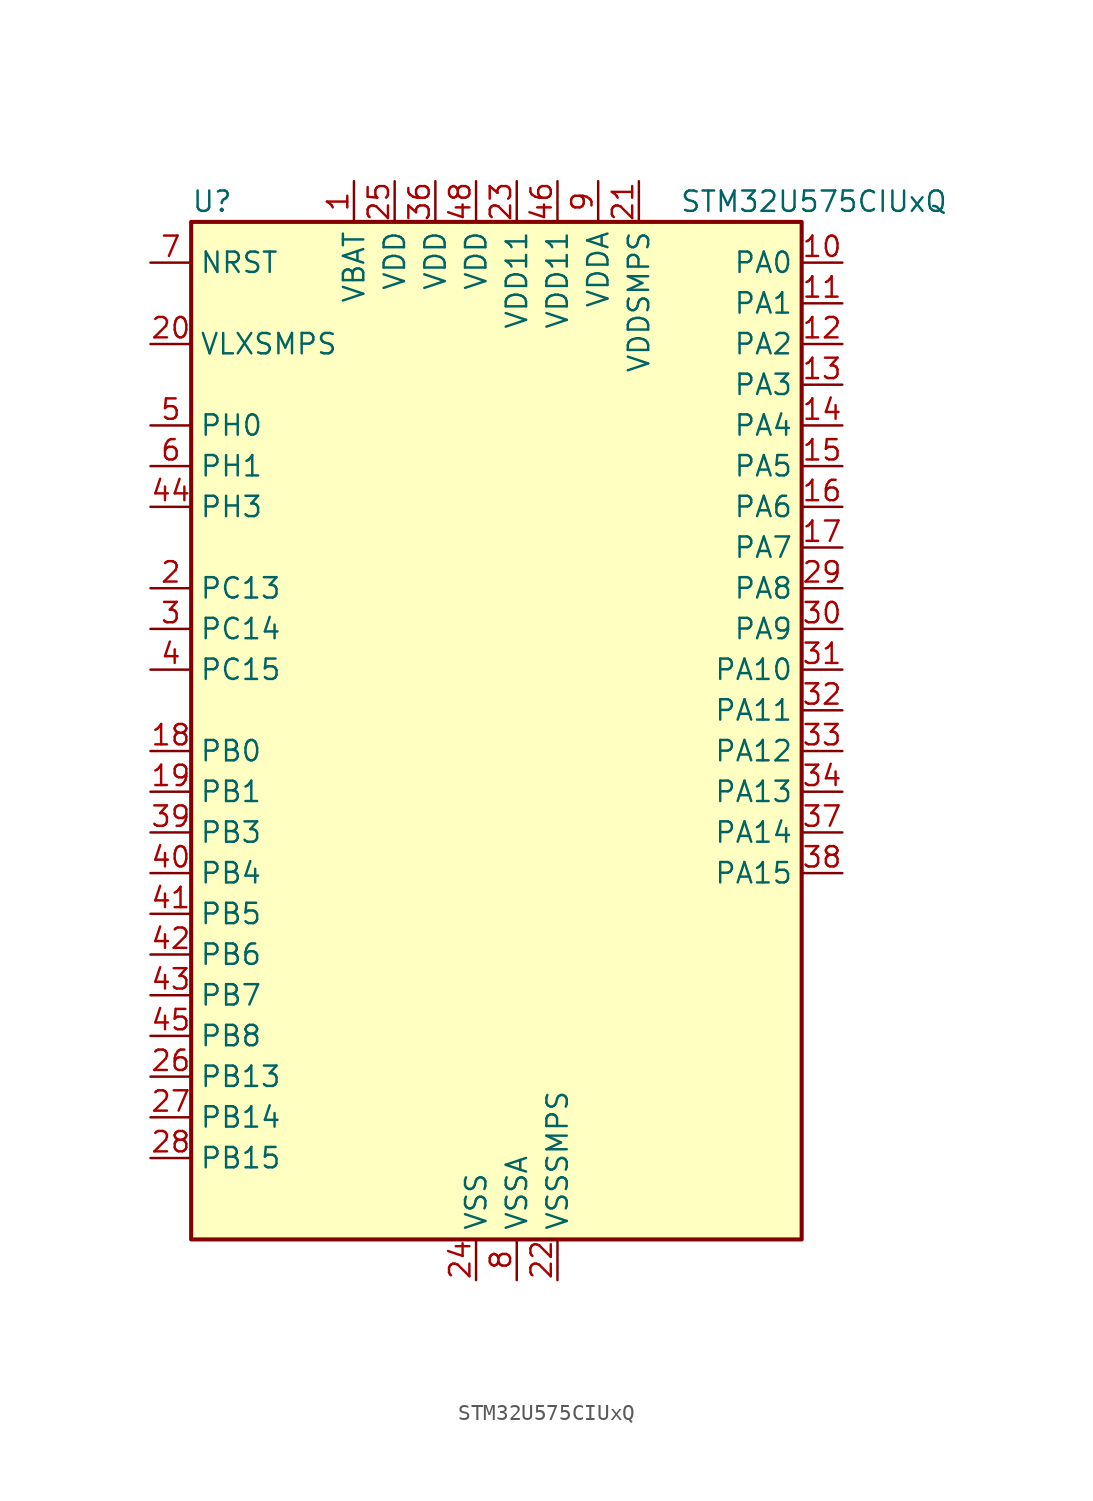
<source format=kicad_sym>
(kicad_symbol_lib
  (version 20220914)
  (generator kicad_symbol_editor)
  (symbol "STM32U575CIUxQ"
    (property "Reference" "U"
      (at -17.78 34.29 0)
      (effects (font (size 1.27 1.27)) (justify left)))
    (property "Value" "STM32U575CIUxQ"
      (at 12.7 34.29 0)
      (effects (font (size 1.27 1.27)) (justify left)))
    (property "ki_locked" ""
      (at 0 0 0)
      (effects (font (size 1.27 1.27))))
    (symbol "STM32U575CIUxQ_0_1"
      (rectangle (start -17.78 -30.48) (end 20.32 33.02) (stroke (width 0.254) (type default)) (fill (type background))))
    (symbol "STM32U575CIUxQ_1_1"
      (pin power_in line (at -7.62 35.56 270) (length 2.54) (name "VBAT" (effects (font (size 1.27 1.27)))) (number "1" (effects (font (size 1.27 1.27)))))
      (pin bidirectional line (at 22.86 30.48 180) (length 2.54) (name "PA0" (effects (font (size 1.27 1.27)))) (number "10" (effects (font (size 1.27 1.27)))) (alternate "ADC1_IN5" bidirectional line) (alternate "AUDIOCLK" bidirectional line) (alternate "OCTOSPIM_P2_NCS" bidirectional line) (alternate "OPAMP1_VINP" bidirectional line) (alternate "PWR_WKUP1" bidirectional line) (alternate "SPI3_RDY" bidirectional line) (alternate "TAMP_IN2" bidirectional line) (alternate "TAMP_OUT1" bidirectional line) (alternate "TIM2_CH1" bidirectional line) (alternate "TIM2_ETR" bidirectional line) (alternate "TIM5_CH1" bidirectional line) (alternate "TIM8_ETR" bidirectional line) (alternate "UART4_TX" bidirectional line) (alternate "USART2_CTS" bidirectional line))
      (pin bidirectional line (at 22.86 27.94 180) (length 2.54) (name "PA1" (effects (font (size 1.27 1.27)))) (number "11" (effects (font (size 1.27 1.27)))) (alternate "ADC1_IN6" bidirectional line) (alternate "I2C1_SMBA" bidirectional line) (alternate "LPTIM1_CH2" bidirectional line) (alternate "OCTOSPIM_P1_DQS" bidirectional line) (alternate "OPAMP1_VINM" bidirectional line) (alternate "PWR_WKUP3" bidirectional line) (alternate "SPI1_SCK" bidirectional line) (alternate "TAMP_IN5" bidirectional line) (alternate "TAMP_OUT4" bidirectional line) (alternate "TIM15_CH1N" bidirectional line) (alternate "TIM2_CH2" bidirectional line) (alternate "TIM5_CH2" bidirectional line) (alternate "UART4_RX" bidirectional line) (alternate "USART2_DE" bidirectional line) (alternate "USART2_RTS" bidirectional line))
      (pin bidirectional line (at 22.86 25.4 180) (length 2.54) (name "PA2" (effects (font (size 1.27 1.27)))) (number "12" (effects (font (size 1.27 1.27)))) (alternate "ADC1_IN7" bidirectional line) (alternate "COMP1_INP" bidirectional line) (alternate "LPUART1_TX" bidirectional line) (alternate "OCTOSPIM_P1_NCS" bidirectional line) (alternate "PWR_WKUP4" bidirectional line) (alternate "RCC_LSCO" bidirectional line) (alternate "SPI1_RDY" bidirectional line) (alternate "TIM15_CH1" bidirectional line) (alternate "TIM2_CH3" bidirectional line) (alternate "TIM5_CH3" bidirectional line) (alternate "UCPD1_FRSTX1" bidirectional line) (alternate "USART2_TX" bidirectional line))
      (pin bidirectional line (at 22.86 22.86 180) (length 2.54) (name "PA3" (effects (font (size 1.27 1.27)))) (number "13" (effects (font (size 1.27 1.27)))) (alternate "ADC1_IN8" bidirectional line) (alternate "LPUART1_RX" bidirectional line) (alternate "OCTOSPIM_P1_CLK" bidirectional line) (alternate "OPAMP1_VOUT" bidirectional line) (alternate "PWR_WKUP5" bidirectional line) (alternate "SAI1_CK1" bidirectional line) (alternate "SAI1_MCLK_A" bidirectional line) (alternate "TIM15_CH2" bidirectional line) (alternate "TIM2_CH4" bidirectional line) (alternate "TIM5_CH4" bidirectional line) (alternate "USART2_RX" bidirectional line))
      (pin bidirectional line (at 22.86 20.32 180) (length 2.54) (name "PA4" (effects (font (size 1.27 1.27)))) (number "14" (effects (font (size 1.27 1.27)))) (alternate "ADC1_IN9" bidirectional line) (alternate "ADC4_IN9" bidirectional line) (alternate "DAC1_OUT1" bidirectional line) (alternate "LPTIM2_CH1" bidirectional line) (alternate "OCTOSPIM_P1_NCS" bidirectional line) (alternate "PWR_WKUP2" bidirectional line) (alternate "SAI1_FS_B" bidirectional line) (alternate "SPI1_NSS" bidirectional line) (alternate "SPI3_NSS" bidirectional line) (alternate "USART2_CK" bidirectional line))
      (pin bidirectional line (at 22.86 17.78 180) (length 2.54) (name "PA5" (effects (font (size 1.27 1.27)))) (number "15" (effects (font (size 1.27 1.27)))) (alternate "ADC1_IN10" bidirectional line) (alternate "ADC4_IN10" bidirectional line) (alternate "DAC1_OUT2" bidirectional line) (alternate "LPTIM2_ETR" bidirectional line) (alternate "PWR_CSLEEP" bidirectional line) (alternate "PWR_WKUP6" bidirectional line) (alternate "SPI1_SCK" bidirectional line) (alternate "TIM2_CH1" bidirectional line) (alternate "TIM2_ETR" bidirectional line) (alternate "TIM8_CH1N" bidirectional line) (alternate "USART3_RX" bidirectional line))
      (pin bidirectional line (at 22.86 15.24 180) (length 2.54) (name "PA6" (effects (font (size 1.27 1.27)))) (number "16" (effects (font (size 1.27 1.27)))) (alternate "ADC1_IN11" bidirectional line) (alternate "ADC4_IN11" bidirectional line) (alternate "LPUART1_CTS" bidirectional line) (alternate "OCTOSPIM_P1_IO3" bidirectional line) (alternate "OPAMP2_VINP" bidirectional line) (alternate "PWR_CDSTOP" bidirectional line) (alternate "PWR_WKUP7" bidirectional line) (alternate "SPI1_MISO" bidirectional line) (alternate "TIM16_CH1" bidirectional line) (alternate "TIM1_BKIN" bidirectional line) (alternate "TIM3_CH1" bidirectional line) (alternate "TIM8_BKIN" bidirectional line) (alternate "USART3_CTS" bidirectional line))
      (pin bidirectional line (at 22.86 12.7 180) (length 2.54) (name "PA7" (effects (font (size 1.27 1.27)))) (number "17" (effects (font (size 1.27 1.27)))) (alternate "ADC1_IN12" bidirectional line) (alternate "ADC4_IN20" bidirectional line) (alternate "I2C3_SCL" bidirectional line) (alternate "LPTIM2_CH2" bidirectional line) (alternate "OCTOSPIM_P1_IO2" bidirectional line) (alternate "OPAMP2_VINM" bidirectional line) (alternate "PWR_SRDSTOP" bidirectional line) (alternate "PWR_WKUP8" bidirectional line) (alternate "SPI1_MOSI" bidirectional line) (alternate "TIM17_CH1" bidirectional line) (alternate "TIM1_CH1N" bidirectional line) (alternate "TIM3_CH2" bidirectional line) (alternate "TIM8_CH1N" bidirectional line) (alternate "USART3_TX" bidirectional line))
      (pin bidirectional line (at -20.32 0 0) (length 2.54) (name "PB0" (effects (font (size 1.27 1.27)))) (number "18" (effects (font (size 1.27 1.27)))) (alternate "ADC1_IN15" bidirectional line) (alternate "ADC4_IN18" bidirectional line) (alternate "AUDIOCLK" bidirectional line) (alternate "COMP1_OUT" bidirectional line) (alternate "LPTIM3_CH1" bidirectional line) (alternate "OCTOSPIM_P1_IO1" bidirectional line) (alternate "OPAMP2_VOUT" bidirectional line) (alternate "SPI1_NSS" bidirectional line) (alternate "TIM1_CH2N" bidirectional line) (alternate "TIM3_CH3" bidirectional line) (alternate "TIM8_CH2N" bidirectional line) (alternate "USART3_CK" bidirectional line))
      (pin bidirectional line (at -20.32 -2.54 0) (length 2.54) (name "PB1" (effects (font (size 1.27 1.27)))) (number "19" (effects (font (size 1.27 1.27)))) (alternate "ADC1_IN16" bidirectional line) (alternate "ADC4_IN19" bidirectional line) (alternate "COMP1_INM" bidirectional line) (alternate "LPTIM2_IN1" bidirectional line) (alternate "LPTIM3_CH2" bidirectional line) (alternate "LPUART1_DE" bidirectional line) (alternate "LPUART1_RTS" bidirectional line) (alternate "MDF1_SDI0" bidirectional line) (alternate "OCTOSPIM_P1_IO0" bidirectional line) (alternate "PWR_WKUP4" bidirectional line) (alternate "TIM1_CH3N" bidirectional line) (alternate "TIM3_CH4" bidirectional line) (alternate "TIM8_CH3N" bidirectional line) (alternate "USART3_DE" bidirectional line) (alternate "USART3_RTS" bidirectional line))
      (pin bidirectional line (at -20.32 10.16 0) (length 2.54) (name "PC13" (effects (font (size 1.27 1.27)))) (number "2" (effects (font (size 1.27 1.27)))) (alternate "PWR_WKUP2" bidirectional line) (alternate "RTC_OUT1" bidirectional line) (alternate "RTC_TS" bidirectional line) (alternate "TAMP_IN1" bidirectional line) (alternate "TAMP_OUT2" bidirectional line))
      (pin power_in line (at -20.32 25.4 0) (length 2.54) (name "VLXSMPS" (effects (font (size 1.27 1.27)))) (number "20" (effects (font (size 1.27 1.27)))))
      (pin power_in line (at 10.16 35.56 270) (length 2.54) (name "VDDSMPS" (effects (font (size 1.27 1.27)))) (number "21" (effects (font (size 1.27 1.27)))))
      (pin power_in line (at 5.08 -33.02 90) (length 2.54) (name "VSSSMPS" (effects (font (size 1.27 1.27)))) (number "22" (effects (font (size 1.27 1.27)))))
      (pin power_in line (at 2.54 35.56 270) (length 2.54) (name "VDD11" (effects (font (size 1.27 1.27)))) (number "23" (effects (font (size 1.27 1.27)))))
      (pin power_in line (at 0 -33.02 90) (length 2.54) (name "VSS" (effects (font (size 1.27 1.27)))) (number "24" (effects (font (size 1.27 1.27)))))
      (pin power_in line (at -5.08 35.56 270) (length 2.54) (name "VDD" (effects (font (size 1.27 1.27)))) (number "25" (effects (font (size 1.27 1.27)))))
      (pin bidirectional line (at -20.32 -20.32 0) (length 2.54) (name "PB13" (effects (font (size 1.27 1.27)))) (number "26" (effects (font (size 1.27 1.27)))) (alternate "I2C2_SCL" bidirectional line) (alternate "LPTIM3_IN1" bidirectional line) (alternate "LPUART1_CTS" bidirectional line) (alternate "MDF1_CKI1" bidirectional line) (alternate "SPI2_SCK" bidirectional line) (alternate "TIM15_CH1N" bidirectional line) (alternate "TIM1_CH1N" bidirectional line) (alternate "TSC_G1_IO2" bidirectional line) (alternate "USART3_CTS" bidirectional line))
      (pin bidirectional line (at -20.32 -22.86 0) (length 2.54) (name "PB14" (effects (font (size 1.27 1.27)))) (number "27" (effects (font (size 1.27 1.27)))) (alternate "I2C2_SDA" bidirectional line) (alternate "LPTIM3_ETR" bidirectional line) (alternate "MDF1_SDI2" bidirectional line) (alternate "SPI2_MISO" bidirectional line) (alternate "TIM15_CH1" bidirectional line) (alternate "TIM1_CH2N" bidirectional line) (alternate "TIM8_CH2N" bidirectional line) (alternate "TSC_G1_IO3" bidirectional line) (alternate "UCPD1_DBCC2" bidirectional line) (alternate "USART3_DE" bidirectional line) (alternate "USART3_RTS" bidirectional line))
      (pin bidirectional line (at -20.32 -25.4 0) (length 2.54) (name "PB15" (effects (font (size 1.27 1.27)))) (number "28" (effects (font (size 1.27 1.27)))) (alternate "ADC1_EXTI15" bidirectional line) (alternate "ADC4_EXTI15" bidirectional line) (alternate "LPTIM2_IN2" bidirectional line) (alternate "MDF1_CKI2" bidirectional line) (alternate "PWR_WKUP7" bidirectional line) (alternate "RTC_REFIN" bidirectional line) (alternate "SPI2_MOSI" bidirectional line) (alternate "TIM15_CH2" bidirectional line) (alternate "TIM1_CH3N" bidirectional line) (alternate "TIM8_CH3N" bidirectional line) (alternate "UCPD1_CC2" bidirectional line))
      (pin bidirectional line (at 22.86 10.16 180) (length 2.54) (name "PA8" (effects (font (size 1.27 1.27)))) (number "29" (effects (font (size 1.27 1.27)))) (alternate "DEBUG_TRACECLK" bidirectional line) (alternate "LPTIM2_CH1" bidirectional line) (alternate "RCC_MCO" bidirectional line) (alternate "SAI1_CK2" bidirectional line) (alternate "SAI1_SCK_A" bidirectional line) (alternate "SPI1_RDY" bidirectional line) (alternate "TIM1_CH1" bidirectional line) (alternate "USART1_CK" bidirectional line) (alternate "USB_OTG_FS_SOF" bidirectional line))
      (pin bidirectional line (at -20.32 7.62 0) (length 2.54) (name "PC14" (effects (font (size 1.27 1.27)))) (number "3" (effects (font (size 1.27 1.27)))) (alternate "RCC_OSC32_IN" bidirectional line))
      (pin bidirectional line (at 22.86 7.62 180) (length 2.54) (name "PA9" (effects (font (size 1.27 1.27)))) (number "30" (effects (font (size 1.27 1.27)))) (alternate "DAC1_EXTI9" bidirectional line) (alternate "SAI1_FS_A" bidirectional line) (alternate "SPI2_SCK" bidirectional line) (alternate "TIM15_BKIN" bidirectional line) (alternate "TIM1_CH2" bidirectional line) (alternate "USART1_TX" bidirectional line) (alternate "USB_OTG_FS_VBUS" bidirectional line))
      (pin bidirectional line (at 22.86 5.08 180) (length 2.54) (name "PA10" (effects (font (size 1.27 1.27)))) (number "31" (effects (font (size 1.27 1.27)))) (alternate "CRS_SYNC" bidirectional line) (alternate "LPTIM2_IN2" bidirectional line) (alternate "SAI1_D1" bidirectional line) (alternate "SAI1_SD_A" bidirectional line) (alternate "TIM17_BKIN" bidirectional line) (alternate "TIM1_CH3" bidirectional line) (alternate "USART1_RX" bidirectional line) (alternate "USB_OTG_FS_ID" bidirectional line))
      (pin bidirectional line (at 22.86 2.54 180) (length 2.54) (name "PA11" (effects (font (size 1.27 1.27)))) (number "32" (effects (font (size 1.27 1.27)))) (alternate "ADC1_EXTI11" bidirectional line) (alternate "FDCAN1_RX" bidirectional line) (alternate "SPI1_MISO" bidirectional line) (alternate "TIM1_BKIN2" bidirectional line) (alternate "TIM1_CH4" bidirectional line) (alternate "USART1_CTS" bidirectional line) (alternate "USB_OTG_FS_DM" bidirectional line))
      (pin bidirectional line (at 22.86 0 180) (length 2.54) (name "PA12" (effects (font (size 1.27 1.27)))) (number "33" (effects (font (size 1.27 1.27)))) (alternate "FDCAN1_TX" bidirectional line) (alternate "OCTOSPIM_P2_NCS" bidirectional line) (alternate "SPI1_MOSI" bidirectional line) (alternate "TIM1_ETR" bidirectional line) (alternate "USART1_DE" bidirectional line) (alternate "USART1_RTS" bidirectional line) (alternate "USB_OTG_FS_DP" bidirectional line))
      (pin bidirectional line (at 22.86 -2.54 180) (length 2.54) (name "PA13" (effects (font (size 1.27 1.27)))) (number "34" (effects (font (size 1.27 1.27)))) (alternate "DEBUG_JTMS-SWDIO" bidirectional line) (alternate "IR_OUT" bidirectional line) (alternate "SAI1_SD_B" bidirectional line) (alternate "USB_OTG_FS_NOE" bidirectional line))
      (pin passive line (at 0 -33.02 90) (length 2.54) hide (name "VSS" (effects (font (size 1.27 1.27)))) (number "35" (effects (font (size 1.27 1.27)))))
      (pin power_in line (at -2.54 35.56 270) (length 2.54) (name "VDD" (effects (font (size 1.27 1.27)))) (number "36" (effects (font (size 1.27 1.27)))))
      (pin bidirectional line (at 22.86 -5.08 180) (length 2.54) (name "PA14" (effects (font (size 1.27 1.27)))) (number "37" (effects (font (size 1.27 1.27)))) (alternate "DEBUG_JTCK-SWCLK" bidirectional line) (alternate "I2C1_SMBA" bidirectional line) (alternate "I2C4_SMBA" bidirectional line) (alternate "LPTIM1_CH1" bidirectional line) (alternate "SAI1_FS_B" bidirectional line) (alternate "USB_OTG_FS_SOF" bidirectional line))
      (pin bidirectional line (at 22.86 -7.62 180) (length 2.54) (name "PA15" (effects (font (size 1.27 1.27)))) (number "38" (effects (font (size 1.27 1.27)))) (alternate "ADC1_EXTI15" bidirectional line) (alternate "ADC4_EXTI15" bidirectional line) (alternate "DEBUG_JTDI" bidirectional line) (alternate "SPI1_NSS" bidirectional line) (alternate "SPI3_NSS" bidirectional line) (alternate "TIM2_CH1" bidirectional line) (alternate "TIM2_ETR" bidirectional line) (alternate "UART4_DE" bidirectional line) (alternate "UART4_RTS" bidirectional line) (alternate "UCPD1_CC1" bidirectional line) (alternate "USART2_RX" bidirectional line) (alternate "USART3_DE" bidirectional line) (alternate "USART3_RTS" bidirectional line))
      (pin bidirectional line (at -20.32 -5.08 0) (length 2.54) (name "PB3" (effects (font (size 1.27 1.27)))) (number "39" (effects (font (size 1.27 1.27)))) (alternate "ADF1_CCK0" bidirectional line) (alternate "COMP2_INM" bidirectional line) (alternate "CRS_SYNC" bidirectional line) (alternate "DEBUG_JTDO-SWO" bidirectional line) (alternate "I2C1_SDA" bidirectional line) (alternate "LPTIM1_CH1" bidirectional line) (alternate "SAI1_SCK_B" bidirectional line) (alternate "SPI1_SCK" bidirectional line) (alternate "SPI3_SCK" bidirectional line) (alternate "TIM2_CH2" bidirectional line) (alternate "USART1_DE" bidirectional line) (alternate "USART1_RTS" bidirectional line))
      (pin bidirectional line (at -20.32 5.08 0) (length 2.54) (name "PC15" (effects (font (size 1.27 1.27)))) (number "4" (effects (font (size 1.27 1.27)))) (alternate "ADC1_EXTI15" bidirectional line) (alternate "ADC4_EXTI15" bidirectional line) (alternate "RCC_OSC32_OUT" bidirectional line))
      (pin bidirectional line (at -20.32 -7.62 0) (length 2.54) (name "PB4" (effects (font (size 1.27 1.27)))) (number "40" (effects (font (size 1.27 1.27)))) (alternate "ADF1_SDI0" bidirectional line) (alternate "COMP2_INP" bidirectional line) (alternate "DEBUG_JTRST" bidirectional line) (alternate "I2C3_SDA" bidirectional line) (alternate "LPTIM1_CH2" bidirectional line) (alternate "SAI1_MCLK_B" bidirectional line) (alternate "SPI1_MISO" bidirectional line) (alternate "SPI3_MISO" bidirectional line) (alternate "TIM17_BKIN" bidirectional line) (alternate "TIM3_CH1" bidirectional line) (alternate "TSC_G2_IO1" bidirectional line) (alternate "USART1_CTS" bidirectional line))
      (pin bidirectional line (at -20.32 -10.16 0) (length 2.54) (name "PB5" (effects (font (size 1.27 1.27)))) (number "41" (effects (font (size 1.27 1.27)))) (alternate "COMP2_OUT" bidirectional line) (alternate "I2C1_SMBA" bidirectional line) (alternate "LPTIM1_IN1" bidirectional line) (alternate "OCTOSPIM_P1_NCLK" bidirectional line) (alternate "PWR_WKUP6" bidirectional line) (alternate "SAI1_SD_B" bidirectional line) (alternate "SPI1_MOSI" bidirectional line) (alternate "SPI3_MOSI" bidirectional line) (alternate "TIM16_BKIN" bidirectional line) (alternate "TIM3_CH2" bidirectional line) (alternate "TSC_G2_IO2" bidirectional line) (alternate "UCPD1_DBCC1" bidirectional line) (alternate "USART1_CK" bidirectional line))
      (pin bidirectional line (at -20.32 -12.7 0) (length 2.54) (name "PB6" (effects (font (size 1.27 1.27)))) (number "42" (effects (font (size 1.27 1.27)))) (alternate "COMP2_INP" bidirectional line) (alternate "I2C1_SCL" bidirectional line) (alternate "I2C4_SCL" bidirectional line) (alternate "LPTIM1_ETR" bidirectional line) (alternate "MDF1_SDI5" bidirectional line) (alternate "PWR_WKUP3" bidirectional line) (alternate "SAI1_FS_B" bidirectional line) (alternate "TIM16_CH1N" bidirectional line) (alternate "TIM4_CH1" bidirectional line) (alternate "TIM8_BKIN2" bidirectional line) (alternate "TSC_G2_IO3" bidirectional line) (alternate "USART1_TX" bidirectional line))
      (pin bidirectional line (at -20.32 -15.24 0) (length 2.54) (name "PB7" (effects (font (size 1.27 1.27)))) (number "43" (effects (font (size 1.27 1.27)))) (alternate "COMP2_INM" bidirectional line) (alternate "I2C1_SDA" bidirectional line) (alternate "I2C4_SDA" bidirectional line) (alternate "LPTIM1_IN2" bidirectional line) (alternate "MDF1_CKI5" bidirectional line) (alternate "PWR_PVD_IN" bidirectional line) (alternate "PWR_WKUP4" bidirectional line) (alternate "TIM17_CH1N" bidirectional line) (alternate "TIM4_CH2" bidirectional line) (alternate "TIM8_BKIN" bidirectional line) (alternate "TSC_G2_IO4" bidirectional line) (alternate "UART4_CTS" bidirectional line) (alternate "USART1_RX" bidirectional line))
      (pin bidirectional line (at -20.32 15.24 0) (length 2.54) (name "PH3" (effects (font (size 1.27 1.27)))) (number "44" (effects (font (size 1.27 1.27)))))
      (pin bidirectional line (at -20.32 -17.78 0) (length 2.54) (name "PB8" (effects (font (size 1.27 1.27)))) (number "45" (effects (font (size 1.27 1.27)))) (alternate "FDCAN1_RX" bidirectional line) (alternate "I2C1_SCL" bidirectional line) (alternate "MDF1_CCK0" bidirectional line) (alternate "PWR_WKUP5" bidirectional line) (alternate "SAI1_CK1" bidirectional line) (alternate "SAI1_MCLK_A" bidirectional line) (alternate "SPI3_RDY" bidirectional line) (alternate "TIM16_CH1" bidirectional line) (alternate "TIM4_CH3" bidirectional line))
      (pin power_in line (at 5.08 35.56 270) (length 2.54) (name "VDD11" (effects (font (size 1.27 1.27)))) (number "46" (effects (font (size 1.27 1.27)))))
      (pin passive line (at 0 -33.02 90) (length 2.54) hide (name "VSS" (effects (font (size 1.27 1.27)))) (number "47" (effects (font (size 1.27 1.27)))))
      (pin power_in line (at 0 35.56 270) (length 2.54) (name "VDD" (effects (font (size 1.27 1.27)))) (number "48" (effects (font (size 1.27 1.27)))))
      (pin passive line (at 0 -33.02 90) (length 2.54) hide (name "VSS" (effects (font (size 1.27 1.27)))) (number "49" (effects (font (size 1.27 1.27)))))
      (pin bidirectional line (at -20.32 20.32 0) (length 2.54) (name "PH0" (effects (font (size 1.27 1.27)))) (number "5" (effects (font (size 1.27 1.27)))) (alternate "RCC_OSC_IN" bidirectional line))
      (pin bidirectional line (at -20.32 17.78 0) (length 2.54) (name "PH1" (effects (font (size 1.27 1.27)))) (number "6" (effects (font (size 1.27 1.27)))) (alternate "RCC_OSC_OUT" bidirectional line))
      (pin input line (at -20.32 30.48 0) (length 2.54) (name "NRST" (effects (font (size 1.27 1.27)))) (number "7" (effects (font (size 1.27 1.27)))))
      (pin power_in line (at 2.54 -33.02 90) (length 2.54) (name "VSSA" (effects (font (size 1.27 1.27)))) (number "8" (effects (font (size 1.27 1.27)))))
      (pin power_in line (at 7.62 35.56 270) (length 2.54) (name "VDDA" (effects (font (size 1.27 1.27)))) (number "9" (effects (font (size 1.27 1.27))))))))
</source>
